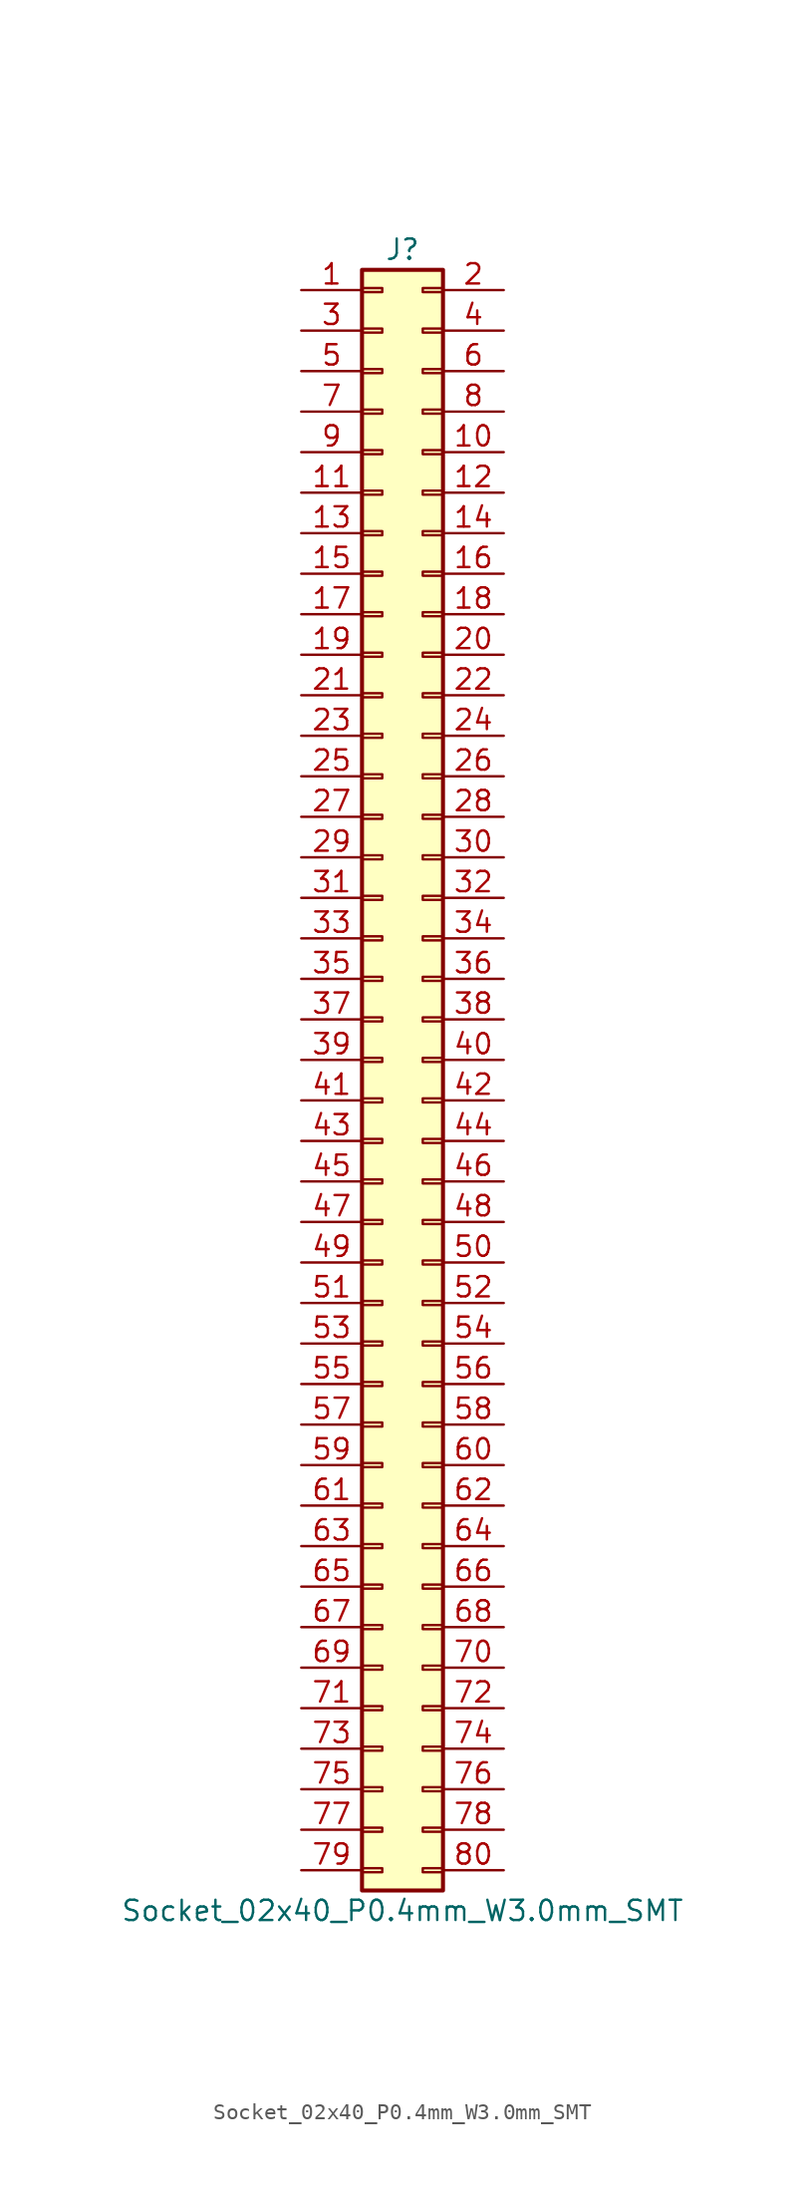
<source format=kicad_sym>
(kicad_symbol_lib
  (version 20241209)
  (generator "kicad_symbol_editor")
  (generator_version "9.0")
  (symbol "Socket_02x40_P0.4mm_W3.0mm_SMT"
    (pin_names
      (offset 1.016)
      (hide yes))
    (property "Reference" "J"
      (at 0 50.8 0)
      (effects (font (size 1.27 1.27))))
    (property "Value" "Socket_02x40_P0.4mm_W3.0mm_SMT"
      (at 0 -53.34 0)
      (effects (font (size 1.27 1.27))))
    (symbol "Socket_02x40_P0.4mm_W3.0mm_SMT_1_1"
      (rectangle (start -2.54 49.53) (end 2.54 -52.07) (stroke (width 0.254) (type default)) (fill (type background)))
      (rectangle (start -2.54 48.387) (end -1.27 48.133) (stroke (width 0.152) (type default)) (fill (type none)))
      (rectangle (start -2.54 45.847) (end -1.27 45.593) (stroke (width 0.152) (type default)) (fill (type none)))
      (rectangle (start -2.54 43.307) (end -1.27 43.053) (stroke (width 0.152) (type default)) (fill (type none)))
      (rectangle (start -2.54 40.767) (end -1.27 40.513) (stroke (width 0.152) (type default)) (fill (type none)))
      (rectangle (start -2.54 38.227) (end -1.27 37.973) (stroke (width 0.152) (type default)) (fill (type none)))
      (rectangle (start -2.54 35.687) (end -1.27 35.433) (stroke (width 0.152) (type default)) (fill (type none)))
      (rectangle (start -2.54 33.147) (end -1.27 32.893) (stroke (width 0.152) (type default)) (fill (type none)))
      (rectangle (start -2.54 30.607) (end -1.27 30.353) (stroke (width 0.152) (type default)) (fill (type none)))
      (rectangle (start -2.54 28.067) (end -1.27 27.813) (stroke (width 0.152) (type default)) (fill (type none)))
      (rectangle (start -2.54 25.527) (end -1.27 25.273) (stroke (width 0.152) (type default)) (fill (type none)))
      (rectangle (start -2.54 22.987) (end -1.27 22.733) (stroke (width 0.152) (type default)) (fill (type none)))
      (rectangle (start -2.54 20.447) (end -1.27 20.193) (stroke (width 0.152) (type default)) (fill (type none)))
      (rectangle (start -2.54 17.907) (end -1.27 17.653) (stroke (width 0.152) (type default)) (fill (type none)))
      (rectangle (start -2.54 15.367) (end -1.27 15.113) (stroke (width 0.152) (type default)) (fill (type none)))
      (rectangle (start -2.54 12.827) (end -1.27 12.573) (stroke (width 0.152) (type default)) (fill (type none)))
      (rectangle (start -2.54 10.287) (end -1.27 10.033) (stroke (width 0.152) (type default)) (fill (type none)))
      (rectangle (start -2.54 7.747) (end -1.27 7.493) (stroke (width 0.152) (type default)) (fill (type none)))
      (rectangle (start -2.54 5.207) (end -1.27 4.953) (stroke (width 0.152) (type default)) (fill (type none)))
      (rectangle (start -2.54 2.667) (end -1.27 2.413) (stroke (width 0.152) (type default)) (fill (type none)))
      (rectangle (start -2.54 0.127) (end -1.27 -0.127) (stroke (width 0.152) (type default)) (fill (type none)))
      (rectangle (start -2.54 -2.413) (end -1.27 -2.667) (stroke (width 0.152) (type default)) (fill (type none)))
      (rectangle (start -2.54 -4.953) (end -1.27 -5.207) (stroke (width 0.152) (type default)) (fill (type none)))
      (rectangle (start -2.54 -7.493) (end -1.27 -7.747) (stroke (width 0.152) (type default)) (fill (type none)))
      (rectangle (start -2.54 -10.033) (end -1.27 -10.287) (stroke (width 0.152) (type default)) (fill (type none)))
      (rectangle (start -2.54 -12.573) (end -1.27 -12.827) (stroke (width 0.152) (type default)) (fill (type none)))
      (rectangle (start -2.54 -15.113) (end -1.27 -15.367) (stroke (width 0.152) (type default)) (fill (type none)))
      (rectangle (start -2.54 -17.653) (end -1.27 -17.907) (stroke (width 0.152) (type default)) (fill (type none)))
      (rectangle (start -2.54 -20.193) (end -1.27 -20.447) (stroke (width 0.152) (type default)) (fill (type none)))
      (rectangle (start -2.54 -22.733) (end -1.27 -22.987) (stroke (width 0.152) (type default)) (fill (type none)))
      (rectangle (start -2.54 -25.273) (end -1.27 -25.527) (stroke (width 0.152) (type default)) (fill (type none)))
      (rectangle (start -2.54 -27.813) (end -1.27 -28.067) (stroke (width 0.152) (type default)) (fill (type none)))
      (rectangle (start -2.54 -30.353) (end -1.27 -30.607) (stroke (width 0.152) (type default)) (fill (type none)))
      (rectangle (start -2.54 -32.893) (end -1.27 -33.147) (stroke (width 0.152) (type default)) (fill (type none)))
      (rectangle (start -2.54 -35.433) (end -1.27 -35.687) (stroke (width 0.152) (type default)) (fill (type none)))
      (rectangle (start -2.54 -37.973) (end -1.27 -38.227) (stroke (width 0.152) (type default)) (fill (type none)))
      (rectangle (start -2.54 -40.513) (end -1.27 -40.767) (stroke (width 0.152) (type default)) (fill (type none)))
      (rectangle (start -2.54 -43.053) (end -1.27 -43.307) (stroke (width 0.152) (type default)) (fill (type none)))
      (rectangle (start -2.54 -45.593) (end -1.27 -45.847) (stroke (width 0.152) (type default)) (fill (type none)))
      (rectangle (start -2.54 -48.133) (end -1.27 -48.387) (stroke (width 0.152) (type default)) (fill (type none)))
      (rectangle (start -2.54 -50.673) (end -1.27 -50.927) (stroke (width 0.152) (type default)) (fill (type none)))
      (rectangle (start 2.54 48.387) (end 1.27 48.133) (stroke (width 0.152) (type default)) (fill (type none)))
      (rectangle (start 2.54 45.847) (end 1.27 45.593) (stroke (width 0.152) (type default)) (fill (type none)))
      (rectangle (start 2.54 43.307) (end 1.27 43.053) (stroke (width 0.152) (type default)) (fill (type none)))
      (rectangle (start 2.54 40.767) (end 1.27 40.513) (stroke (width 0.152) (type default)) (fill (type none)))
      (rectangle (start 2.54 38.227) (end 1.27 37.973) (stroke (width 0.152) (type default)) (fill (type none)))
      (rectangle (start 2.54 35.687) (end 1.27 35.433) (stroke (width 0.152) (type default)) (fill (type none)))
      (rectangle (start 2.54 33.147) (end 1.27 32.893) (stroke (width 0.152) (type default)) (fill (type none)))
      (rectangle (start 2.54 30.607) (end 1.27 30.353) (stroke (width 0.152) (type default)) (fill (type none)))
      (rectangle (start 2.54 28.067) (end 1.27 27.813) (stroke (width 0.152) (type default)) (fill (type none)))
      (rectangle (start 2.54 25.527) (end 1.27 25.273) (stroke (width 0.152) (type default)) (fill (type none)))
      (rectangle (start 2.54 22.987) (end 1.27 22.733) (stroke (width 0.152) (type default)) (fill (type none)))
      (rectangle (start 2.54 20.447) (end 1.27 20.193) (stroke (width 0.152) (type default)) (fill (type none)))
      (rectangle (start 2.54 17.907) (end 1.27 17.653) (stroke (width 0.152) (type default)) (fill (type none)))
      (rectangle (start 2.54 15.367) (end 1.27 15.113) (stroke (width 0.152) (type default)) (fill (type none)))
      (rectangle (start 2.54 12.827) (end 1.27 12.573) (stroke (width 0.152) (type default)) (fill (type none)))
      (rectangle (start 2.54 10.287) (end 1.27 10.033) (stroke (width 0.152) (type default)) (fill (type none)))
      (rectangle (start 2.54 7.747) (end 1.27 7.493) (stroke (width 0.152) (type default)) (fill (type none)))
      (rectangle (start 2.54 5.207) (end 1.27 4.953) (stroke (width 0.152) (type default)) (fill (type none)))
      (rectangle (start 2.54 2.667) (end 1.27 2.413) (stroke (width 0.152) (type default)) (fill (type none)))
      (rectangle (start 2.54 0.127) (end 1.27 -0.127) (stroke (width 0.152) (type default)) (fill (type none)))
      (rectangle (start 2.54 -2.413) (end 1.27 -2.667) (stroke (width 0.152) (type default)) (fill (type none)))
      (rectangle (start 2.54 -4.953) (end 1.27 -5.207) (stroke (width 0.152) (type default)) (fill (type none)))
      (rectangle (start 2.54 -7.493) (end 1.27 -7.747) (stroke (width 0.152) (type default)) (fill (type none)))
      (rectangle (start 2.54 -10.033) (end 1.27 -10.287) (stroke (width 0.152) (type default)) (fill (type none)))
      (rectangle (start 2.54 -12.573) (end 1.27 -12.827) (stroke (width 0.152) (type default)) (fill (type none)))
      (rectangle (start 2.54 -15.113) (end 1.27 -15.367) (stroke (width 0.152) (type default)) (fill (type none)))
      (rectangle (start 2.54 -17.653) (end 1.27 -17.907) (stroke (width 0.152) (type default)) (fill (type none)))
      (rectangle (start 2.54 -20.193) (end 1.27 -20.447) (stroke (width 0.152) (type default)) (fill (type none)))
      (rectangle (start 2.54 -22.733) (end 1.27 -22.987) (stroke (width 0.152) (type default)) (fill (type none)))
      (rectangle (start 2.54 -25.273) (end 1.27 -25.527) (stroke (width 0.152) (type default)) (fill (type none)))
      (rectangle (start 2.54 -27.813) (end 1.27 -28.067) (stroke (width 0.152) (type default)) (fill (type none)))
      (rectangle (start 2.54 -30.353) (end 1.27 -30.607) (stroke (width 0.152) (type default)) (fill (type none)))
      (rectangle (start 2.54 -32.893) (end 1.27 -33.147) (stroke (width 0.152) (type default)) (fill (type none)))
      (rectangle (start 2.54 -35.433) (end 1.27 -35.687) (stroke (width 0.152) (type default)) (fill (type none)))
      (rectangle (start 2.54 -37.973) (end 1.27 -38.227) (stroke (width 0.152) (type default)) (fill (type none)))
      (rectangle (start 2.54 -40.513) (end 1.27 -40.767) (stroke (width 0.152) (type default)) (fill (type none)))
      (rectangle (start 2.54 -43.053) (end 1.27 -43.307) (stroke (width 0.152) (type default)) (fill (type none)))
      (rectangle (start 2.54 -45.593) (end 1.27 -45.847) (stroke (width 0.152) (type default)) (fill (type none)))
      (rectangle (start 2.54 -48.133) (end 1.27 -48.387) (stroke (width 0.152) (type default)) (fill (type none)))
      (rectangle (start 2.54 -50.673) (end 1.27 -50.927) (stroke (width 0.152) (type default)) (fill (type none)))
      (pin passive line (at -6.35 48.26 0) (length 3.81) (name "Pin_1" (effects (font (size 1.27 1.27)))) (number "1" (effects (font (size 1.27 1.27)))))
      (pin passive line (at -6.35 45.72 0) (length 3.81) (name "Pin_3" (effects (font (size 1.27 1.27)))) (number "3" (effects (font (size 1.27 1.27)))))
      (pin passive line (at -6.35 43.18 0) (length 3.81) (name "Pin_5" (effects (font (size 1.27 1.27)))) (number "5" (effects (font (size 1.27 1.27)))))
      (pin passive line (at -6.35 40.64 0) (length 3.81) (name "Pin_7" (effects (font (size 1.27 1.27)))) (number "7" (effects (font (size 1.27 1.27)))))
      (pin passive line (at -6.35 38.1 0) (length 3.81) (name "Pin_9" (effects (font (size 1.27 1.27)))) (number "9" (effects (font (size 1.27 1.27)))))
      (pin passive line (at -6.35 35.56 0) (length 3.81) (name "Pin_11" (effects (font (size 1.27 1.27)))) (number "11" (effects (font (size 1.27 1.27)))))
      (pin passive line (at -6.35 33.02 0) (length 3.81) (name "Pin_13" (effects (font (size 1.27 1.27)))) (number "13" (effects (font (size 1.27 1.27)))))
      (pin passive line (at -6.35 30.48 0) (length 3.81) (name "Pin_15" (effects (font (size 1.27 1.27)))) (number "15" (effects (font (size 1.27 1.27)))))
      (pin passive line (at -6.35 27.94 0) (length 3.81) (name "Pin_17" (effects (font (size 1.27 1.27)))) (number "17" (effects (font (size 1.27 1.27)))))
      (pin passive line (at -6.35 25.4 0) (length 3.81) (name "Pin_19" (effects (font (size 1.27 1.27)))) (number "19" (effects (font (size 1.27 1.27)))))
      (pin passive line (at -6.35 22.86 0) (length 3.81) (name "Pin_21" (effects (font (size 1.27 1.27)))) (number "21" (effects (font (size 1.27 1.27)))))
      (pin passive line (at -6.35 20.32 0) (length 3.81) (name "Pin_23" (effects (font (size 1.27 1.27)))) (number "23" (effects (font (size 1.27 1.27)))))
      (pin passive line (at -6.35 17.78 0) (length 3.81) (name "Pin_25" (effects (font (size 1.27 1.27)))) (number "25" (effects (font (size 1.27 1.27)))))
      (pin passive line (at -6.35 15.24 0) (length 3.81) (name "Pin_27" (effects (font (size 1.27 1.27)))) (number "27" (effects (font (size 1.27 1.27)))))
      (pin passive line (at -6.35 12.7 0) (length 3.81) (name "Pin_29" (effects (font (size 1.27 1.27)))) (number "29" (effects (font (size 1.27 1.27)))))
      (pin passive line (at -6.35 10.16 0) (length 3.81) (name "Pin_31" (effects (font (size 1.27 1.27)))) (number "31" (effects (font (size 1.27 1.27)))))
      (pin passive line (at -6.35 7.62 0) (length 3.81) (name "Pin_33" (effects (font (size 1.27 1.27)))) (number "33" (effects (font (size 1.27 1.27)))))
      (pin passive line (at -6.35 5.08 0) (length 3.81) (name "Pin_35" (effects (font (size 1.27 1.27)))) (number "35" (effects (font (size 1.27 1.27)))))
      (pin passive line (at -6.35 2.54 0) (length 3.81) (name "Pin_37" (effects (font (size 1.27 1.27)))) (number "37" (effects (font (size 1.27 1.27)))))
      (pin passive line (at -6.35 0 0) (length 3.81) (name "Pin_39" (effects (font (size 1.27 1.27)))) (number "39" (effects (font (size 1.27 1.27)))))
      (pin passive line (at -6.35 -2.54 0) (length 3.81) (name "Pin_41" (effects (font (size 1.27 1.27)))) (number "41" (effects (font (size 1.27 1.27)))))
      (pin passive line (at -6.35 -5.08 0) (length 3.81) (name "Pin_43" (effects (font (size 1.27 1.27)))) (number "43" (effects (font (size 1.27 1.27)))))
      (pin passive line (at -6.35 -7.62 0) (length 3.81) (name "Pin_45" (effects (font (size 1.27 1.27)))) (number "45" (effects (font (size 1.27 1.27)))))
      (pin passive line (at -6.35 -10.16 0) (length 3.81) (name "Pin_47" (effects (font (size 1.27 1.27)))) (number "47" (effects (font (size 1.27 1.27)))))
      (pin passive line (at -6.35 -12.7 0) (length 3.81) (name "Pin_49" (effects (font (size 1.27 1.27)))) (number "49" (effects (font (size 1.27 1.27)))))
      (pin passive line (at -6.35 -15.24 0) (length 3.81) (name "Pin_51" (effects (font (size 1.27 1.27)))) (number "51" (effects (font (size 1.27 1.27)))))
      (pin passive line (at -6.35 -17.78 0) (length 3.81) (name "Pin_53" (effects (font (size 1.27 1.27)))) (number "53" (effects (font (size 1.27 1.27)))))
      (pin passive line (at -6.35 -20.32 0) (length 3.81) (name "Pin_55" (effects (font (size 1.27 1.27)))) (number "55" (effects (font (size 1.27 1.27)))))
      (pin passive line (at -6.35 -22.86 0) (length 3.81) (name "Pin_57" (effects (font (size 1.27 1.27)))) (number "57" (effects (font (size 1.27 1.27)))))
      (pin passive line (at -6.35 -25.4 0) (length 3.81) (name "Pin_59" (effects (font (size 1.27 1.27)))) (number "59" (effects (font (size 1.27 1.27)))))
      (pin passive line (at -6.35 -27.94 0) (length 3.81) (name "Pin_61" (effects (font (size 1.27 1.27)))) (number "61" (effects (font (size 1.27 1.27)))))
      (pin passive line (at -6.35 -30.48 0) (length 3.81) (name "Pin_63" (effects (font (size 1.27 1.27)))) (number "63" (effects (font (size 1.27 1.27)))))
      (pin passive line (at -6.35 -33.02 0) (length 3.81) (name "Pin_65" (effects (font (size 1.27 1.27)))) (number "65" (effects (font (size 1.27 1.27)))))
      (pin passive line (at -6.35 -35.56 0) (length 3.81) (name "Pin_67" (effects (font (size 1.27 1.27)))) (number "67" (effects (font (size 1.27 1.27)))))
      (pin passive line (at -6.35 -38.1 0) (length 3.81) (name "Pin_69" (effects (font (size 1.27 1.27)))) (number "69" (effects (font (size 1.27 1.27)))))
      (pin passive line (at -6.35 -40.64 0) (length 3.81) (name "Pin_71" (effects (font (size 1.27 1.27)))) (number "71" (effects (font (size 1.27 1.27)))))
      (pin passive line (at -6.35 -43.18 0) (length 3.81) (name "Pin_73" (effects (font (size 1.27 1.27)))) (number "73" (effects (font (size 1.27 1.27)))))
      (pin passive line (at -6.35 -45.72 0) (length 3.81) (name "Pin_75" (effects (font (size 1.27 1.27)))) (number "75" (effects (font (size 1.27 1.27)))))
      (pin passive line (at -6.35 -48.26 0) (length 3.81) (name "Pin_77" (effects (font (size 1.27 1.27)))) (number "77" (effects (font (size 1.27 1.27)))))
      (pin passive line (at -6.35 -50.8 0) (length 3.81) (name "Pin_79" (effects (font (size 1.27 1.27)))) (number "79" (effects (font (size 1.27 1.27)))))
      (pin passive line (at 6.35 48.26 180) (length 3.81) (name "Pin_2" (effects (font (size 1.27 1.27)))) (number "2" (effects (font (size 1.27 1.27)))))
      (pin passive line (at 6.35 45.72 180) (length 3.81) (name "Pin_4" (effects (font (size 1.27 1.27)))) (number "4" (effects (font (size 1.27 1.27)))))
      (pin passive line (at 6.35 43.18 180) (length 3.81) (name "Pin_6" (effects (font (size 1.27 1.27)))) (number "6" (effects (font (size 1.27 1.27)))))
      (pin passive line (at 6.35 40.64 180) (length 3.81) (name "Pin_8" (effects (font (size 1.27 1.27)))) (number "8" (effects (font (size 1.27 1.27)))))
      (pin passive line (at 6.35 38.1 180) (length 3.81) (name "Pin_10" (effects (font (size 1.27 1.27)))) (number "10" (effects (font (size 1.27 1.27)))))
      (pin passive line (at 6.35 35.56 180) (length 3.81) (name "Pin_12" (effects (font (size 1.27 1.27)))) (number "12" (effects (font (size 1.27 1.27)))))
      (pin passive line (at 6.35 33.02 180) (length 3.81) (name "Pin_14" (effects (font (size 1.27 1.27)))) (number "14" (effects (font (size 1.27 1.27)))))
      (pin passive line (at 6.35 30.48 180) (length 3.81) (name "Pin_16" (effects (font (size 1.27 1.27)))) (number "16" (effects (font (size 1.27 1.27)))))
      (pin passive line (at 6.35 27.94 180) (length 3.81) (name "Pin_18" (effects (font (size 1.27 1.27)))) (number "18" (effects (font (size 1.27 1.27)))))
      (pin passive line (at 6.35 25.4 180) (length 3.81) (name "Pin_20" (effects (font (size 1.27 1.27)))) (number "20" (effects (font (size 1.27 1.27)))))
      (pin passive line (at 6.35 22.86 180) (length 3.81) (name "Pin_22" (effects (font (size 1.27 1.27)))) (number "22" (effects (font (size 1.27 1.27)))))
      (pin passive line (at 6.35 20.32 180) (length 3.81) (name "Pin_24" (effects (font (size 1.27 1.27)))) (number "24" (effects (font (size 1.27 1.27)))))
      (pin passive line (at 6.35 17.78 180) (length 3.81) (name "Pin_26" (effects (font (size 1.27 1.27)))) (number "26" (effects (font (size 1.27 1.27)))))
      (pin passive line (at 6.35 15.24 180) (length 3.81) (name "Pin_28" (effects (font (size 1.27 1.27)))) (number "28" (effects (font (size 1.27 1.27)))))
      (pin passive line (at 6.35 12.7 180) (length 3.81) (name "Pin_30" (effects (font (size 1.27 1.27)))) (number "30" (effects (font (size 1.27 1.27)))))
      (pin passive line (at 6.35 10.16 180) (length 3.81) (name "Pin_32" (effects (font (size 1.27 1.27)))) (number "32" (effects (font (size 1.27 1.27)))))
      (pin passive line (at 6.35 7.62 180) (length 3.81) (name "Pin_34" (effects (font (size 1.27 1.27)))) (number "34" (effects (font (size 1.27 1.27)))))
      (pin passive line (at 6.35 5.08 180) (length 3.81) (name "Pin_36" (effects (font (size 1.27 1.27)))) (number "36" (effects (font (size 1.27 1.27)))))
      (pin passive line (at 6.35 2.54 180) (length 3.81) (name "Pin_38" (effects (font (size 1.27 1.27)))) (number "38" (effects (font (size 1.27 1.27)))))
      (pin passive line (at 6.35 0 180) (length 3.81) (name "Pin_40" (effects (font (size 1.27 1.27)))) (number "40" (effects (font (size 1.27 1.27)))))
      (pin passive line (at 6.35 -2.54 180) (length 3.81) (name "Pin_42" (effects (font (size 1.27 1.27)))) (number "42" (effects (font (size 1.27 1.27)))))
      (pin passive line (at 6.35 -5.08 180) (length 3.81) (name "Pin_44" (effects (font (size 1.27 1.27)))) (number "44" (effects (font (size 1.27 1.27)))))
      (pin passive line (at 6.35 -7.62 180) (length 3.81) (name "Pin_46" (effects (font (size 1.27 1.27)))) (number "46" (effects (font (size 1.27 1.27)))))
      (pin passive line (at 6.35 -10.16 180) (length 3.81) (name "Pin_48" (effects (font (size 1.27 1.27)))) (number "48" (effects (font (size 1.27 1.27)))))
      (pin passive line (at 6.35 -12.7 180) (length 3.81) (name "Pin_50" (effects (font (size 1.27 1.27)))) (number "50" (effects (font (size 1.27 1.27)))))
      (pin passive line (at 6.35 -15.24 180) (length 3.81) (name "Pin_52" (effects (font (size 1.27 1.27)))) (number "52" (effects (font (size 1.27 1.27)))))
      (pin passive line (at 6.35 -17.78 180) (length 3.81) (name "Pin_54" (effects (font (size 1.27 1.27)))) (number "54" (effects (font (size 1.27 1.27)))))
      (pin passive line (at 6.35 -20.32 180) (length 3.81) (name "Pin_56" (effects (font (size 1.27 1.27)))) (number "56" (effects (font (size 1.27 1.27)))))
      (pin passive line (at 6.35 -22.86 180) (length 3.81) (name "Pin_58" (effects (font (size 1.27 1.27)))) (number "58" (effects (font (size 1.27 1.27)))))
      (pin passive line (at 6.35 -25.4 180) (length 3.81) (name "Pin_60" (effects (font (size 1.27 1.27)))) (number "60" (effects (font (size 1.27 1.27)))))
      (pin passive line (at 6.35 -27.94 180) (length 3.81) (name "Pin_62" (effects (font (size 1.27 1.27)))) (number "62" (effects (font (size 1.27 1.27)))))
      (pin passive line (at 6.35 -30.48 180) (length 3.81) (name "Pin_64" (effects (font (size 1.27 1.27)))) (number "64" (effects (font (size 1.27 1.27)))))
      (pin passive line (at 6.35 -33.02 180) (length 3.81) (name "Pin_66" (effects (font (size 1.27 1.27)))) (number "66" (effects (font (size 1.27 1.27)))))
      (pin passive line (at 6.35 -35.56 180) (length 3.81) (name "Pin_68" (effects (font (size 1.27 1.27)))) (number "68" (effects (font (size 1.27 1.27)))))
      (pin passive line (at 6.35 -38.1 180) (length 3.81) (name "Pin_70" (effects (font (size 1.27 1.27)))) (number "70" (effects (font (size 1.27 1.27)))))
      (pin passive line (at 6.35 -40.64 180) (length 3.81) (name "Pin_72" (effects (font (size 1.27 1.27)))) (number "72" (effects (font (size 1.27 1.27)))))
      (pin passive line (at 6.35 -43.18 180) (length 3.81) (name "Pin_74" (effects (font (size 1.27 1.27)))) (number "74" (effects (font (size 1.27 1.27)))))
      (pin passive line (at 6.35 -45.72 180) (length 3.81) (name "Pin_76" (effects (font (size 1.27 1.27)))) (number "76" (effects (font (size 1.27 1.27)))))
      (pin passive line (at 6.35 -48.26 180) (length 3.81) (name "Pin_78" (effects (font (size 1.27 1.27)))) (number "78" (effects (font (size 1.27 1.27)))))
      (pin passive line (at 6.35 -50.8 180) (length 3.81) (name "Pin_80" (effects (font (size 1.27 1.27)))) (number "80" (effects (font (size 1.27 1.27))))))))
</source>
